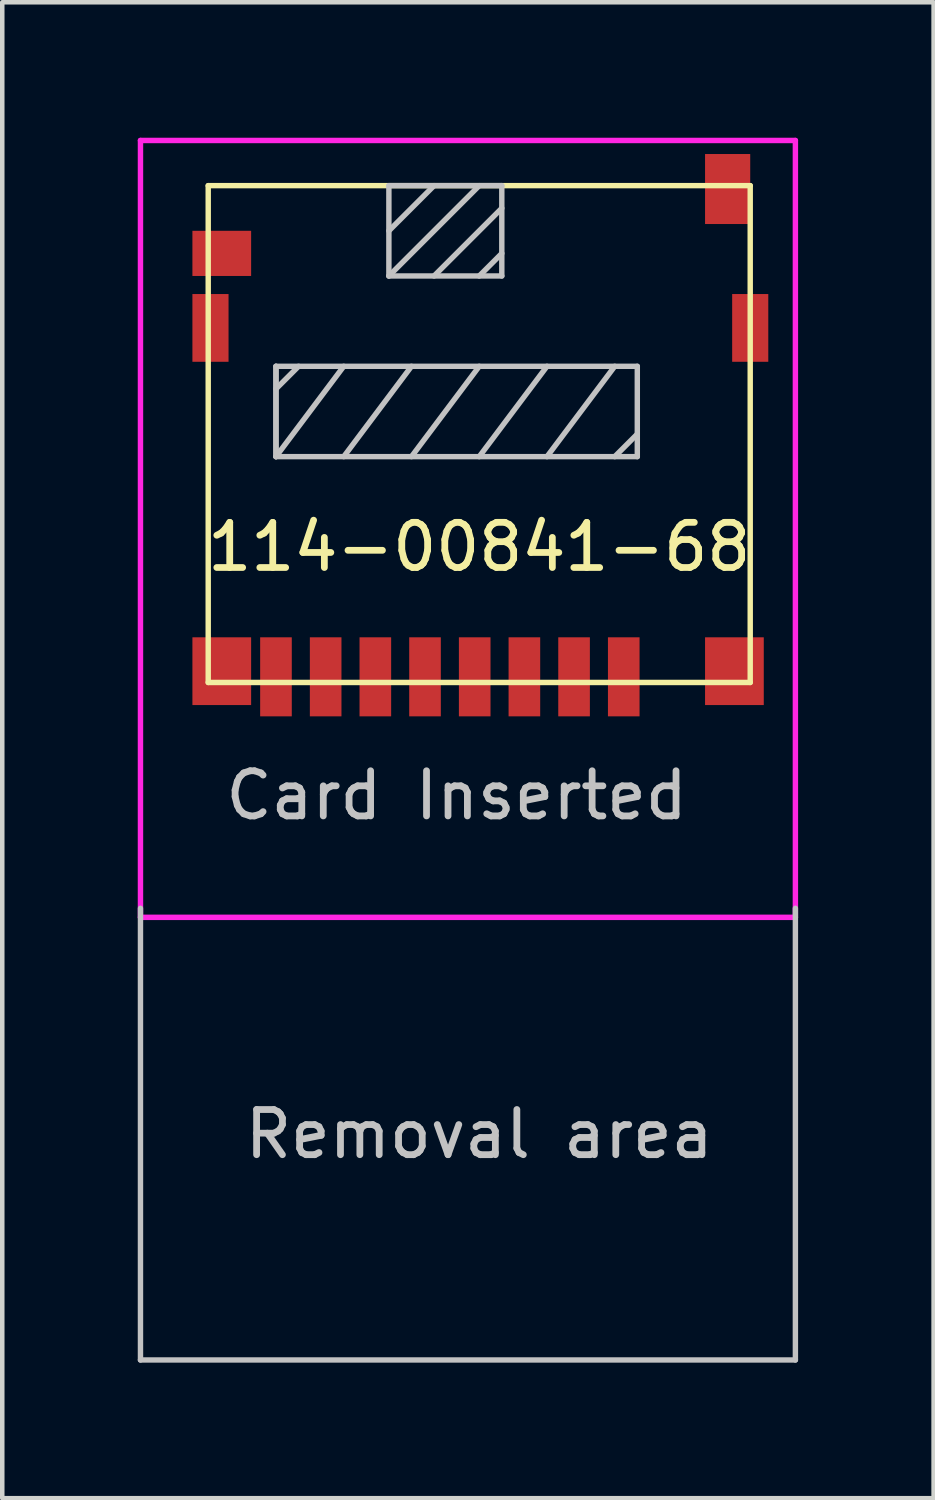
<source format=kicad_pcb>
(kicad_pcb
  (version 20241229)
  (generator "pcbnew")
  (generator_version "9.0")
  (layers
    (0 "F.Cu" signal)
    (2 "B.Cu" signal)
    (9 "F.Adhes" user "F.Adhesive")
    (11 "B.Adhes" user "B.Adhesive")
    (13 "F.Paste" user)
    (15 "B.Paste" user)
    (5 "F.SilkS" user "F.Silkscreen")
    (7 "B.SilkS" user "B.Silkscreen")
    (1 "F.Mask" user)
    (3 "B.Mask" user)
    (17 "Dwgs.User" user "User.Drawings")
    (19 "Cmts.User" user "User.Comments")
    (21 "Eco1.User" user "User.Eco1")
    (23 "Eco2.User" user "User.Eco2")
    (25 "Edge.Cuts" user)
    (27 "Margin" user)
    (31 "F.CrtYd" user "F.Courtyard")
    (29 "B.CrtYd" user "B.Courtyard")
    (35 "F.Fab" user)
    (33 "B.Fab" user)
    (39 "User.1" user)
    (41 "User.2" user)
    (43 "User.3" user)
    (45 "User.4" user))
  (footprint "114-00841-68"
    (layer "F.Cu")
    (at 3.06 11.06)
    (property "Reference" "114-00841-68" (at 4.5 -2 0) (layer "F.SilkS") (effects (font (size 1 1) (thickness 0.15))))
    (attr through_hole)
    (fp_line (start -1.5 -10) (end 10.5 -10) (stroke (width 0.12) (type solid)) (layer "F.SilkS"))
    (fp_line (start -1.5 1) (end -1.5 -10) (stroke (width 0.12) (type solid)) (layer "F.SilkS"))
    (fp_line (start 10.5 -10) (end 10.5 1) (stroke (width 0.12) (type solid)) (layer "F.SilkS"))
    (fp_line (start 10.5 1) (end -1.5 1) (stroke (width 0.12) (type solid)) (layer "F.SilkS"))
    (fp_line (start -3 16) (end -3 6) (stroke (width 0.12) (type solid)) (layer "Dwgs.User"))
    (fp_line (start -3 16) (end 11.5 16) (stroke (width 0.12) (type solid)) (layer "Dwgs.User"))
    (fp_line (start 0 -6) (end 0 -4) (stroke (width 0.12) (type solid)) (layer "Dwgs.User"))
    (fp_line (start 0 -6) (end 0 -4) (stroke (width 0.12) (type solid)) (layer "Dwgs.User"))
    (fp_line (start 0 -5.5) (end 0.5 -6) (stroke (width 0.12) (type solid)) (layer "Dwgs.User"))
    (fp_line (start 0 -4) (end 1.5 -6) (stroke (width 0.12) (type solid)) (layer "Dwgs.User"))
    (fp_line (start 0 -4) (end 8 -4) (stroke (width 0.12) (type solid)) (layer "Dwgs.User"))
    (fp_line (start 1.5 -4) (end 3 -6) (stroke (width 0.12) (type solid)) (layer "Dwgs.User"))
    (fp_line (start 2.5 -10) (end 2.5 -8) (stroke (width 0.12) (type solid)) (layer "Dwgs.User"))
    (fp_line (start 2.5 -9) (end 3.5 -10) (stroke (width 0.12) (type solid)) (layer "Dwgs.User"))
    (fp_line (start 2.5 -8) (end 4.5 -10) (stroke (width 0.12) (type solid)) (layer "Dwgs.User"))
    (fp_line (start 2.5 -8) (end 5 -8) (stroke (width 0.12) (type solid)) (layer "Dwgs.User"))
    (fp_line (start 3 -4) (end 4.5 -6) (stroke (width 0.12) (type solid)) (layer "Dwgs.User"))
    (fp_line (start 3.5 -8) (end 5 -9.5) (stroke (width 0.12) (type solid)) (layer "Dwgs.User"))
    (fp_line (start 4.5 -8) (end 5 -8.5) (stroke (width 0.12) (type solid)) (layer "Dwgs.User"))
    (fp_line (start 4.5 -4) (end 6 -6) (stroke (width 0.12) (type solid)) (layer "Dwgs.User"))
    (fp_line (start 5 -10) (end 2.5 -10) (stroke (width 0.12) (type solid)) (layer "Dwgs.User"))
    (fp_line (start 5 -8) (end 5 -10) (stroke (width 0.12) (type solid)) (layer "Dwgs.User"))
    (fp_line (start 6 -4) (end 7.5 -6) (stroke (width 0.12) (type solid)) (layer "Dwgs.User"))
    (fp_line (start 7.5 -4) (end 8 -4.5) (stroke (width 0.12) (type solid)) (layer "Dwgs.User"))
    (fp_line (start 8 -6) (end 0 -6) (stroke (width 0.12) (type solid)) (layer "Dwgs.User"))
    (fp_line (start 8 -4) (end 8 -6) (stroke (width 0.12) (type solid)) (layer "Dwgs.User"))
    (fp_line (start 11.5 16) (end 11.5 6) (stroke (width 0.12) (type solid)) (layer "Dwgs.User"))
    (fp_line (start -3 -11) (end -3 6.2) (stroke (width 0.12) (type solid)) (layer "F.CrtYd"))
    (fp_line (start -3 6.2) (end 11.5 6.2) (stroke (width 0.12) (type solid)) (layer "F.CrtYd"))
    (fp_line (start 11.5 -11) (end -3 -11) (stroke (width 0.12) (type solid)) (layer "F.CrtYd"))
    (fp_line (start 11.5 6.2) (end 11.5 -11) (stroke (width 0.12) (type solid)) (layer "F.CrtYd"))
    (fp_text user "Removal area" (at 4.5 11 0) (layer "Dwgs.User") (effects (font (size 1 1) (thickness 0.15))))
    (fp_text user "Card Inserted" (at 4 3.5 0) (layer "Dwgs.User") (effects (font (size 1 1) (thickness 0.15))))
    (pad "1" smd rect (at 7.7 0.875) (size 0.7 1.75) (layers "F.Cu" "F.Mask" "F.Paste"))
    (pad "2" smd rect (at 6.6 0.875) (size 0.7 1.75) (layers "F.Cu" "F.Mask" "F.Paste"))
    (pad "3" smd rect (at 5.5 0.875) (size 0.7 1.75) (layers "F.Cu" "F.Mask" "F.Paste"))
    (pad "4" smd rect (at 4.4 0.875) (size 0.7 1.75) (layers "F.Cu" "F.Mask" "F.Paste"))
    (pad "5" smd rect (at 3.3 0.875) (size 0.7 1.75) (layers "F.Cu" "F.Mask" "F.Paste"))
    (pad "6" smd rect (at 2.2 0.875) (size 0.7 1.75) (layers "F.Cu" "F.Mask" "F.Paste"))
    (pad "7" smd rect (at 1.1 0.875) (size 0.7 1.75) (layers "F.Cu" "F.Mask" "F.Paste"))
    (pad "8" smd rect (at 0 0.875) (size 0.7 1.75) (layers "F.Cu" "F.Mask" "F.Paste"))
    (pad "9" smd rect (at -1.2 -8.5) (size 1.3 1) (layers "F.Cu" "F.Mask" "F.Paste"))
    (pad "10" smd rect (at 10 -9.925) (size 1 1.55) (layers "F.Cu" "F.Mask" "F.Paste"))
    (pad "11" smd rect (at -1.45 -6.85) (size 0.8 1.5) (layers "F.Cu" "F.Mask" "F.Paste"))
    (pad "11" smd rect (at -1.2 0.75) (size 1.3 1.5) (layers "F.Cu" "F.Mask" "F.Paste"))
    (pad "11" smd rect (at 10.15 0.75) (size 1.3 1.5) (layers "F.Cu" "F.Mask" "F.Paste"))
    (pad "11" smd rect (at 10.5 -6.85) (size 0.8 1.5) (layers "F.Cu" "F.Mask" "F.Paste")))
  (gr_rect
    (start -3 -3)
    (end 17.62 30.12)
    (stroke (width 0.1) (type default))
    (fill no)
    (layer "Edge.Cuts")))
</source>
